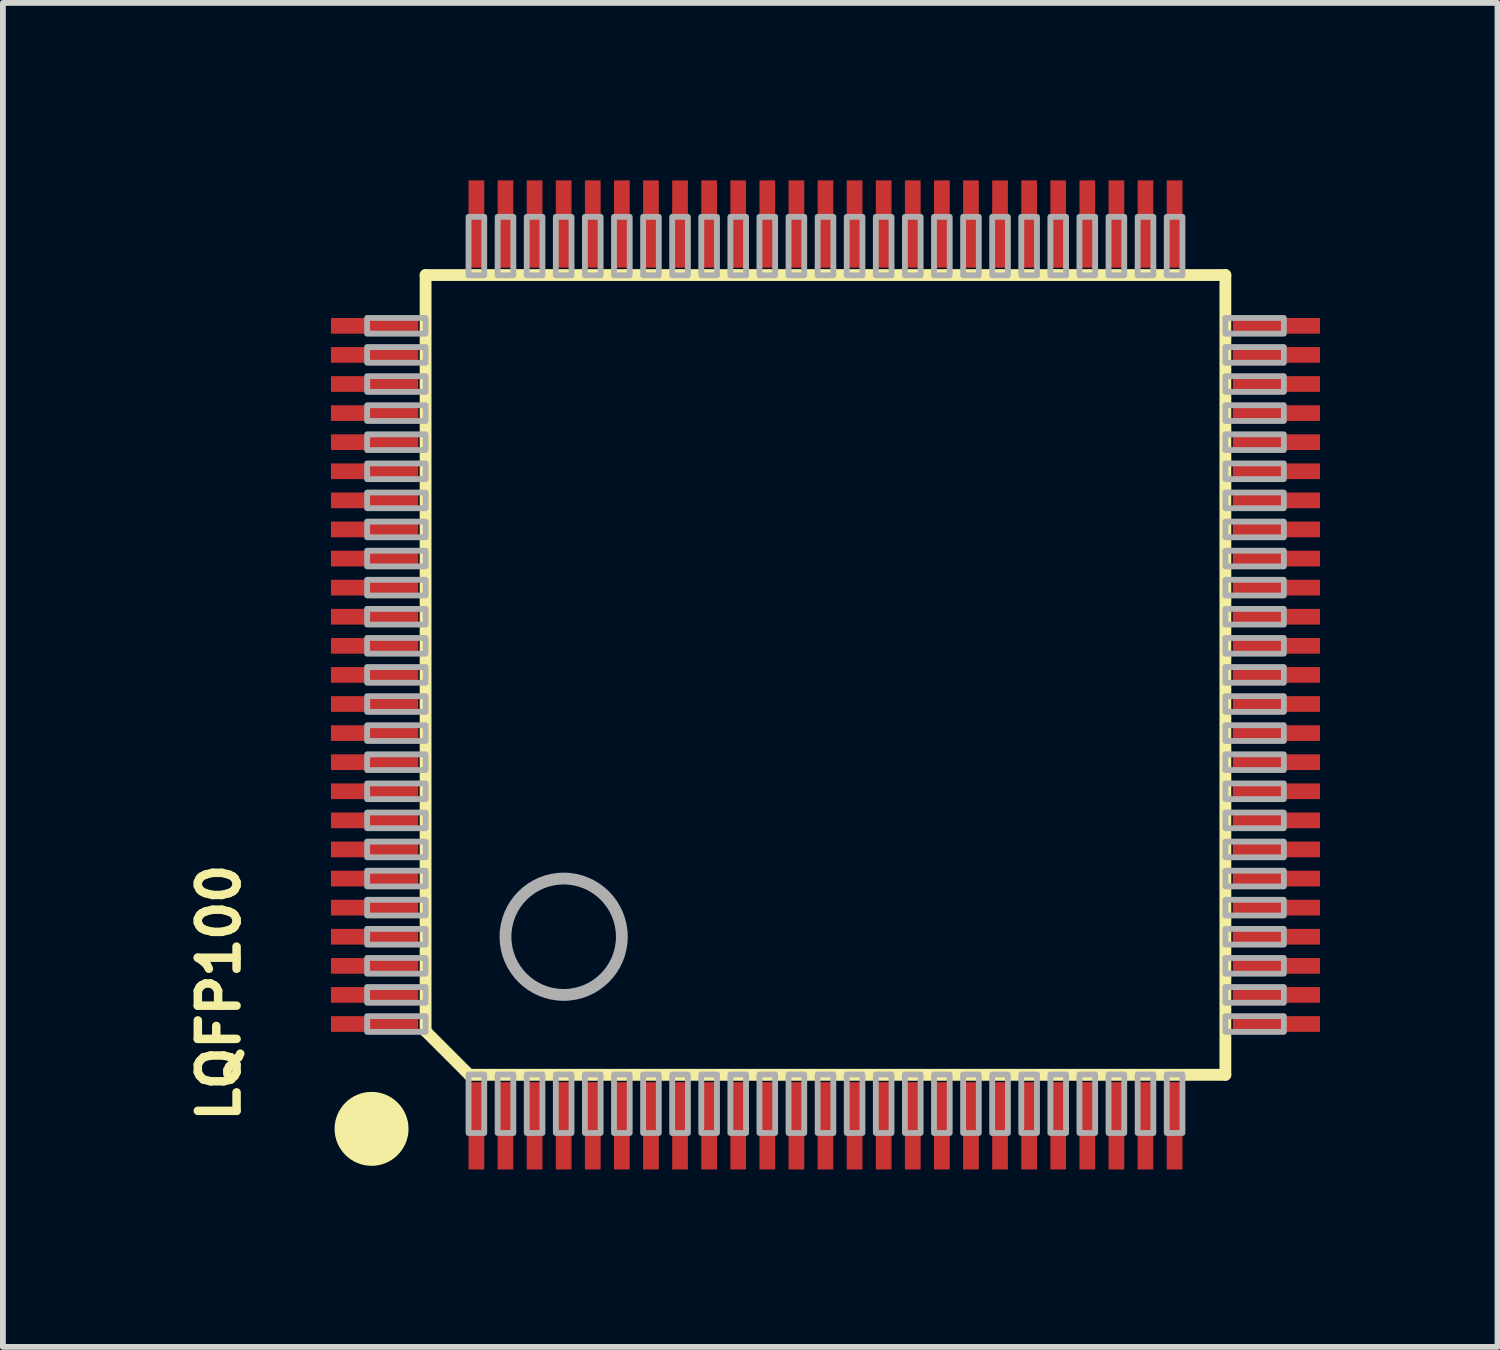
<source format=kicad_pcb>
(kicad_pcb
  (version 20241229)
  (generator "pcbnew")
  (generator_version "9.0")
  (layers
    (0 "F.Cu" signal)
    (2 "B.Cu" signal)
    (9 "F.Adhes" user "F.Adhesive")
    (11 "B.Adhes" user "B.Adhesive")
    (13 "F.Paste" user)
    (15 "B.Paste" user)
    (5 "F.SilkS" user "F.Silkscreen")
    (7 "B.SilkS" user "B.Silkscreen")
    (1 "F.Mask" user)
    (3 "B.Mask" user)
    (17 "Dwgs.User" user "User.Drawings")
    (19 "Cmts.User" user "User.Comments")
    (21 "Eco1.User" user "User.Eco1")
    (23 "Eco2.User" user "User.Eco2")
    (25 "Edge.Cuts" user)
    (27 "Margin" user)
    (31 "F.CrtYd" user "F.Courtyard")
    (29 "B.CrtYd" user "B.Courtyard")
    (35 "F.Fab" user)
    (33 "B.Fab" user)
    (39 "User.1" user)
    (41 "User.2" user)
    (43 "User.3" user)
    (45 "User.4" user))
  (footprint "LQFP100"
    (layer "F.Cu")
    (at 11.138 8.55)
    (property "Reference" "LQFP100" (at -10.033 7.747 90) (layer "F.SilkS") (effects (font (size 0.666 0.666) (thickness 0.146)) (justify left bottom)))
    (fp_poly (pts (xy -6.95 -5.85) (xy -6.95 -6.15) (xy -8.55 -6.15) (xy -8.55 -5.85)) (stroke (width 0) (type solid)) (fill yes) (layer "F.Mask"))
    (fp_poly (pts (xy -6.95 -5.35) (xy -6.95 -5.65) (xy -8.55 -5.65) (xy -8.55 -5.35)) (stroke (width 0) (type solid)) (fill yes) (layer "F.Mask"))
    (fp_poly (pts (xy -6.95 -4.85) (xy -6.95 -5.15) (xy -8.55 -5.15) (xy -8.55 -4.85)) (stroke (width 0) (type solid)) (fill yes) (layer "F.Mask"))
    (fp_poly (pts (xy -6.95 -4.35) (xy -6.95 -4.65) (xy -8.55 -4.65) (xy -8.55 -4.35)) (stroke (width 0) (type solid)) (fill yes) (layer "F.Mask"))
    (fp_poly (pts (xy -6.95 -3.85) (xy -6.95 -4.15) (xy -8.55 -4.15) (xy -8.55 -3.85)) (stroke (width 0) (type solid)) (fill yes) (layer "F.Mask"))
    (fp_poly (pts (xy -6.95 -3.35) (xy -6.95 -3.65) (xy -8.55 -3.65) (xy -8.55 -3.35)) (stroke (width 0) (type solid)) (fill yes) (layer "F.Mask"))
    (fp_poly (pts (xy -6.95 -2.85) (xy -6.95 -3.15) (xy -8.55 -3.15) (xy -8.55 -2.85)) (stroke (width 0) (type solid)) (fill yes) (layer "F.Mask"))
    (fp_poly (pts (xy -6.95 -2.35) (xy -6.95 -2.65) (xy -8.55 -2.65) (xy -8.55 -2.35)) (stroke (width 0) (type solid)) (fill yes) (layer "F.Mask"))
    (fp_poly (pts (xy -6.95 -1.85) (xy -6.95 -2.15) (xy -8.55 -2.15) (xy -8.55 -1.85)) (stroke (width 0) (type solid)) (fill yes) (layer "F.Mask"))
    (fp_poly (pts (xy -6.95 -1.35) (xy -6.95 -1.65) (xy -8.55 -1.65) (xy -8.55 -1.35)) (stroke (width 0) (type solid)) (fill yes) (layer "F.Mask"))
    (fp_poly (pts (xy -6.95 -0.85) (xy -6.95 -1.15) (xy -8.55 -1.15) (xy -8.55 -0.85)) (stroke (width 0) (type solid)) (fill yes) (layer "F.Mask"))
    (fp_poly (pts (xy -6.95 -0.35) (xy -6.95 -0.65) (xy -8.55 -0.65) (xy -8.55 -0.35)) (stroke (width 0) (type solid)) (fill yes) (layer "F.Mask"))
    (fp_poly (pts (xy -6.95 0.15) (xy -6.95 -0.15) (xy -8.55 -0.15) (xy -8.55 0.15)) (stroke (width 0) (type solid)) (fill yes) (layer "F.Mask"))
    (fp_poly (pts (xy -6.95 0.65) (xy -6.95 0.35) (xy -8.55 0.35) (xy -8.55 0.65)) (stroke (width 0) (type solid)) (fill yes) (layer "F.Mask"))
    (fp_poly (pts (xy -6.95 1.15) (xy -6.95 0.85) (xy -8.55 0.85) (xy -8.55 1.15)) (stroke (width 0) (type solid)) (fill yes) (layer "F.Mask"))
    (fp_poly (pts (xy -6.95 1.65) (xy -6.95 1.35) (xy -8.55 1.35) (xy -8.55 1.65)) (stroke (width 0) (type solid)) (fill yes) (layer "F.Mask"))
    (fp_poly (pts (xy -6.95 2.15) (xy -6.95 1.85) (xy -8.55 1.85) (xy -8.55 2.15)) (stroke (width 0) (type solid)) (fill yes) (layer "F.Mask"))
    (fp_poly (pts (xy -6.95 2.65) (xy -6.95 2.35) (xy -8.55 2.35) (xy -8.55 2.65)) (stroke (width 0) (type solid)) (fill yes) (layer "F.Mask"))
    (fp_poly (pts (xy -6.95 3.15) (xy -6.95 2.85) (xy -8.55 2.85) (xy -8.55 3.15)) (stroke (width 0) (type solid)) (fill yes) (layer "F.Mask"))
    (fp_poly (pts (xy -6.95 3.65) (xy -6.95 3.35) (xy -8.55 3.35) (xy -8.55 3.65)) (stroke (width 0) (type solid)) (fill yes) (layer "F.Mask"))
    (fp_poly (pts (xy -6.95 4.15) (xy -6.95 3.85) (xy -8.55 3.85) (xy -8.55 4.15)) (stroke (width 0) (type solid)) (fill yes) (layer "F.Mask"))
    (fp_poly (pts (xy -6.95 4.65) (xy -6.95 4.35) (xy -8.55 4.35) (xy -8.55 4.65)) (stroke (width 0) (type solid)) (fill yes) (layer "F.Mask"))
    (fp_poly (pts (xy -6.95 5.15) (xy -6.95 4.85) (xy -8.55 4.85) (xy -8.55 5.15)) (stroke (width 0) (type solid)) (fill yes) (layer "F.Mask"))
    (fp_poly (pts (xy -6.95 5.65) (xy -6.95 5.35) (xy -8.55 5.35) (xy -8.55 5.65)) (stroke (width 0) (type solid)) (fill yes) (layer "F.Mask"))
    (fp_poly (pts (xy -6.95 6.15) (xy -6.95 5.85) (xy -8.55 5.85) (xy -8.55 6.15)) (stroke (width 0) (type solid)) (fill yes) (layer "F.Mask"))
    (fp_poly (pts (xy -6.15 -6.95) (xy -5.85 -6.95) (xy -5.85 -8.55) (xy -6.15 -8.55)) (stroke (width 0) (type solid)) (fill yes) (layer "F.Mask"))
    (fp_poly (pts (xy -5.85 6.95) (xy -6.15 6.95) (xy -6.15 8.55) (xy -5.85 8.55)) (stroke (width 0) (type solid)) (fill yes) (layer "F.Mask"))
    (fp_poly (pts (xy -5.65 -6.95) (xy -5.35 -6.95) (xy -5.35 -8.55) (xy -5.65 -8.55)) (stroke (width 0) (type solid)) (fill yes) (layer "F.Mask"))
    (fp_poly (pts (xy -5.35 6.95) (xy -5.65 6.95) (xy -5.65 8.55) (xy -5.35 8.55)) (stroke (width 0) (type solid)) (fill yes) (layer "F.Mask"))
    (fp_poly (pts (xy -5.15 -6.95) (xy -4.85 -6.95) (xy -4.85 -8.55) (xy -5.15 -8.55)) (stroke (width 0) (type solid)) (fill yes) (layer "F.Mask"))
    (fp_poly (pts (xy -4.85 6.95) (xy -5.15 6.95) (xy -5.15 8.55) (xy -4.85 8.55)) (stroke (width 0) (type solid)) (fill yes) (layer "F.Mask"))
    (fp_poly (pts (xy -4.65 -6.95) (xy -4.35 -6.95) (xy -4.35 -8.55) (xy -4.65 -8.55)) (stroke (width 0) (type solid)) (fill yes) (layer "F.Mask"))
    (fp_poly (pts (xy -4.35 6.95) (xy -4.65 6.95) (xy -4.65 8.55) (xy -4.35 8.55)) (stroke (width 0) (type solid)) (fill yes) (layer "F.Mask"))
    (fp_poly (pts (xy -4.15 -6.95) (xy -3.85 -6.95) (xy -3.85 -8.55) (xy -4.15 -8.55)) (stroke (width 0) (type solid)) (fill yes) (layer "F.Mask"))
    (fp_poly (pts (xy -3.85 6.95) (xy -4.15 6.95) (xy -4.15 8.55) (xy -3.85 8.55)) (stroke (width 0) (type solid)) (fill yes) (layer "F.Mask"))
    (fp_poly (pts (xy -3.65 -6.95) (xy -3.35 -6.95) (xy -3.35 -8.55) (xy -3.65 -8.55)) (stroke (width 0) (type solid)) (fill yes) (layer "F.Mask"))
    (fp_poly (pts (xy -3.35 6.95) (xy -3.65 6.95) (xy -3.65 8.55) (xy -3.35 8.55)) (stroke (width 0) (type solid)) (fill yes) (layer "F.Mask"))
    (fp_poly (pts (xy -3.15 -6.95) (xy -2.85 -6.95) (xy -2.85 -8.55) (xy -3.15 -8.55)) (stroke (width 0) (type solid)) (fill yes) (layer "F.Mask"))
    (fp_poly (pts (xy -2.85 6.95) (xy -3.15 6.95) (xy -3.15 8.55) (xy -2.85 8.55)) (stroke (width 0) (type solid)) (fill yes) (layer "F.Mask"))
    (fp_poly (pts (xy -2.65 -6.95) (xy -2.35 -6.95) (xy -2.35 -8.55) (xy -2.65 -8.55)) (stroke (width 0) (type solid)) (fill yes) (layer "F.Mask"))
    (fp_poly (pts (xy -2.35 6.95) (xy -2.65 6.95) (xy -2.65 8.55) (xy -2.35 8.55)) (stroke (width 0) (type solid)) (fill yes) (layer "F.Mask"))
    (fp_poly (pts (xy -2.15 -6.95) (xy -1.85 -6.95) (xy -1.85 -8.55) (xy -2.15 -8.55)) (stroke (width 0) (type solid)) (fill yes) (layer "F.Mask"))
    (fp_poly (pts (xy -1.85 6.95) (xy -2.15 6.95) (xy -2.15 8.55) (xy -1.85 8.55)) (stroke (width 0) (type solid)) (fill yes) (layer "F.Mask"))
    (fp_poly (pts (xy -1.65 -6.95) (xy -1.35 -6.95) (xy -1.35 -8.55) (xy -1.65 -8.55)) (stroke (width 0) (type solid)) (fill yes) (layer "F.Mask"))
    (fp_poly (pts (xy -1.35 6.95) (xy -1.65 6.95) (xy -1.65 8.55) (xy -1.35 8.55)) (stroke (width 0) (type solid)) (fill yes) (layer "F.Mask"))
    (fp_poly (pts (xy -1.15 -6.95) (xy -0.85 -6.95) (xy -0.85 -8.55) (xy -1.15 -8.55)) (stroke (width 0) (type solid)) (fill yes) (layer "F.Mask"))
    (fp_poly (pts (xy -0.85 6.95) (xy -1.15 6.95) (xy -1.15 8.55) (xy -0.85 8.55)) (stroke (width 0) (type solid)) (fill yes) (layer "F.Mask"))
    (fp_poly (pts (xy -0.65 -6.95) (xy -0.35 -6.95) (xy -0.35 -8.55) (xy -0.65 -8.55)) (stroke (width 0) (type solid)) (fill yes) (layer "F.Mask"))
    (fp_poly (pts (xy -0.35 6.95) (xy -0.65 6.95) (xy -0.65 8.55) (xy -0.35 8.55)) (stroke (width 0) (type solid)) (fill yes) (layer "F.Mask"))
    (fp_poly (pts (xy -0.15 -6.95) (xy 0.15 -6.95) (xy 0.15 -8.55) (xy -0.15 -8.55)) (stroke (width 0) (type solid)) (fill yes) (layer "F.Mask"))
    (fp_poly (pts (xy 0.15 6.95) (xy -0.15 6.95) (xy -0.15 8.55) (xy 0.15 8.55)) (stroke (width 0) (type solid)) (fill yes) (layer "F.Mask"))
    (fp_poly (pts (xy 0.35 -6.95) (xy 0.65 -6.95) (xy 0.65 -8.55) (xy 0.35 -8.55)) (stroke (width 0) (type solid)) (fill yes) (layer "F.Mask"))
    (fp_poly (pts (xy 0.65 6.95) (xy 0.35 6.95) (xy 0.35 8.55) (xy 0.65 8.55)) (stroke (width 0) (type solid)) (fill yes) (layer "F.Mask"))
    (fp_poly (pts (xy 0.85 -6.95) (xy 1.15 -6.95) (xy 1.15 -8.55) (xy 0.85 -8.55)) (stroke (width 0) (type solid)) (fill yes) (layer "F.Mask"))
    (fp_poly (pts (xy 1.15 6.95) (xy 0.85 6.95) (xy 0.85 8.55) (xy 1.15 8.55)) (stroke (width 0) (type solid)) (fill yes) (layer "F.Mask"))
    (fp_poly (pts (xy 1.35 -6.95) (xy 1.65 -6.95) (xy 1.65 -8.55) (xy 1.35 -8.55)) (stroke (width 0) (type solid)) (fill yes) (layer "F.Mask"))
    (fp_poly (pts (xy 1.65 6.95) (xy 1.35 6.95) (xy 1.35 8.55) (xy 1.65 8.55)) (stroke (width 0) (type solid)) (fill yes) (layer "F.Mask"))
    (fp_poly (pts (xy 1.85 -6.95) (xy 2.15 -6.95) (xy 2.15 -8.55) (xy 1.85 -8.55)) (stroke (width 0) (type solid)) (fill yes) (layer "F.Mask"))
    (fp_poly (pts (xy 2.15 6.95) (xy 1.85 6.95) (xy 1.85 8.55) (xy 2.15 8.55)) (stroke (width 0) (type solid)) (fill yes) (layer "F.Mask"))
    (fp_poly (pts (xy 2.35 -6.95) (xy 2.65 -6.95) (xy 2.65 -8.55) (xy 2.35 -8.55)) (stroke (width 0) (type solid)) (fill yes) (layer "F.Mask"))
    (fp_poly (pts (xy 2.65 6.95) (xy 2.35 6.95) (xy 2.35 8.55) (xy 2.65 8.55)) (stroke (width 0) (type solid)) (fill yes) (layer "F.Mask"))
    (fp_poly (pts (xy 2.85 -6.95) (xy 3.15 -6.95) (xy 3.15 -8.55) (xy 2.85 -8.55)) (stroke (width 0) (type solid)) (fill yes) (layer "F.Mask"))
    (fp_poly (pts (xy 3.15 6.95) (xy 2.85 6.95) (xy 2.85 8.55) (xy 3.15 8.55)) (stroke (width 0) (type solid)) (fill yes) (layer "F.Mask"))
    (fp_poly (pts (xy 3.35 -6.95) (xy 3.65 -6.95) (xy 3.65 -8.55) (xy 3.35 -8.55)) (stroke (width 0) (type solid)) (fill yes) (layer "F.Mask"))
    (fp_poly (pts (xy 3.65 6.95) (xy 3.35 6.95) (xy 3.35 8.55) (xy 3.65 8.55)) (stroke (width 0) (type solid)) (fill yes) (layer "F.Mask"))
    (fp_poly (pts (xy 3.85 -6.95) (xy 4.15 -6.95) (xy 4.15 -8.55) (xy 3.85 -8.55)) (stroke (width 0) (type solid)) (fill yes) (layer "F.Mask"))
    (fp_poly (pts (xy 4.15 6.95) (xy 3.85 6.95) (xy 3.85 8.55) (xy 4.15 8.55)) (stroke (width 0) (type solid)) (fill yes) (layer "F.Mask"))
    (fp_poly (pts (xy 4.35 -6.95) (xy 4.65 -6.95) (xy 4.65 -8.55) (xy 4.35 -8.55)) (stroke (width 0) (type solid)) (fill yes) (layer "F.Mask"))
    (fp_poly (pts (xy 4.65 6.95) (xy 4.35 6.95) (xy 4.35 8.55) (xy 4.65 8.55)) (stroke (width 0) (type solid)) (fill yes) (layer "F.Mask"))
    (fp_poly (pts (xy 4.85 -6.95) (xy 5.15 -6.95) (xy 5.15 -8.55) (xy 4.85 -8.55)) (stroke (width 0) (type solid)) (fill yes) (layer "F.Mask"))
    (fp_poly (pts (xy 5.15 6.95) (xy 4.85 6.95) (xy 4.85 8.55) (xy 5.15 8.55)) (stroke (width 0) (type solid)) (fill yes) (layer "F.Mask"))
    (fp_poly (pts (xy 5.35 -6.95) (xy 5.65 -6.95) (xy 5.65 -8.55) (xy 5.35 -8.55)) (stroke (width 0) (type solid)) (fill yes) (layer "F.Mask"))
    (fp_poly (pts (xy 5.65 6.95) (xy 5.35 6.95) (xy 5.35 8.55) (xy 5.65 8.55)) (stroke (width 0) (type solid)) (fill yes) (layer "F.Mask"))
    (fp_poly (pts (xy 6.15 -8.55) (xy 5.85 -8.55) (xy 5.85 -6.95) (xy 6.15 -6.95)) (stroke (width 0) (type solid)) (fill yes) (layer "F.Mask"))
    (fp_poly (pts (xy 6.15 6.95) (xy 5.85 6.95) (xy 5.85 8.55) (xy 6.15 8.55)) (stroke (width 0) (type solid)) (fill yes) (layer "F.Mask"))
    (fp_poly (pts (xy 6.95 -6.15) (xy 6.95 -5.85) (xy 8.55 -5.85) (xy 8.55 -6.15)) (stroke (width 0) (type solid)) (fill yes) (layer "F.Mask"))
    (fp_poly (pts (xy 6.95 -5.65) (xy 6.95 -5.35) (xy 8.55 -5.35) (xy 8.55 -5.65)) (stroke (width 0) (type solid)) (fill yes) (layer "F.Mask"))
    (fp_poly (pts (xy 6.95 -5.15) (xy 6.95 -4.85) (xy 8.55 -4.85) (xy 8.55 -5.15)) (stroke (width 0) (type solid)) (fill yes) (layer "F.Mask"))
    (fp_poly (pts (xy 6.95 -4.65) (xy 6.95 -4.35) (xy 8.55 -4.35) (xy 8.55 -4.65)) (stroke (width 0) (type solid)) (fill yes) (layer "F.Mask"))
    (fp_poly (pts (xy 6.95 -4.15) (xy 6.95 -3.85) (xy 8.55 -3.85) (xy 8.55 -4.15)) (stroke (width 0) (type solid)) (fill yes) (layer "F.Mask"))
    (fp_poly (pts (xy 6.95 -3.65) (xy 6.95 -3.35) (xy 8.55 -3.35) (xy 8.55 -3.65)) (stroke (width 0) (type solid)) (fill yes) (layer "F.Mask"))
    (fp_poly (pts (xy 6.95 -3.15) (xy 6.95 -2.85) (xy 8.55 -2.85) (xy 8.55 -3.15)) (stroke (width 0) (type solid)) (fill yes) (layer "F.Mask"))
    (fp_poly (pts (xy 6.95 -2.65) (xy 6.95 -2.35) (xy 8.55 -2.35) (xy 8.55 -2.65)) (stroke (width 0) (type solid)) (fill yes) (layer "F.Mask"))
    (fp_poly (pts (xy 6.95 -2.15) (xy 6.95 -1.85) (xy 8.55 -1.85) (xy 8.55 -2.15)) (stroke (width 0) (type solid)) (fill yes) (layer "F.Mask"))
    (fp_poly (pts (xy 6.95 -1.65) (xy 6.95 -1.35) (xy 8.55 -1.35) (xy 8.55 -1.65)) (stroke (width 0) (type solid)) (fill yes) (layer "F.Mask"))
    (fp_poly (pts (xy 6.95 -1.15) (xy 6.95 -0.85) (xy 8.55 -0.85) (xy 8.55 -1.15)) (stroke (width 0) (type solid)) (fill yes) (layer "F.Mask"))
    (fp_poly (pts (xy 6.95 -0.65) (xy 6.95 -0.35) (xy 8.55 -0.35) (xy 8.55 -0.65)) (stroke (width 0) (type solid)) (fill yes) (layer "F.Mask"))
    (fp_poly (pts (xy 6.95 -0.15) (xy 6.95 0.15) (xy 8.55 0.15) (xy 8.55 -0.15)) (stroke (width 0) (type solid)) (fill yes) (layer "F.Mask"))
    (fp_poly (pts (xy 6.95 0.35) (xy 6.95 0.65) (xy 8.55 0.65) (xy 8.55 0.35)) (stroke (width 0) (type solid)) (fill yes) (layer "F.Mask"))
    (fp_poly (pts (xy 6.95 0.85) (xy 6.95 1.15) (xy 8.55 1.15) (xy 8.55 0.85)) (stroke (width 0) (type solid)) (fill yes) (layer "F.Mask"))
    (fp_poly (pts (xy 6.95 1.35) (xy 6.95 1.65) (xy 8.55 1.65) (xy 8.55 1.35)) (stroke (width 0) (type solid)) (fill yes) (layer "F.Mask"))
    (fp_poly (pts (xy 6.95 1.85) (xy 6.95 2.15) (xy 8.55 2.15) (xy 8.55 1.85)) (stroke (width 0) (type solid)) (fill yes) (layer "F.Mask"))
    (fp_poly (pts (xy 6.95 2.35) (xy 6.95 2.65) (xy 8.55 2.65) (xy 8.55 2.35)) (stroke (width 0) (type solid)) (fill yes) (layer "F.Mask"))
    (fp_poly (pts (xy 6.95 2.85) (xy 6.95 3.15) (xy 8.55 3.15) (xy 8.55 2.85)) (stroke (width 0) (type solid)) (fill yes) (layer "F.Mask"))
    (fp_poly (pts (xy 6.95 3.35) (xy 6.95 3.65) (xy 8.55 3.65) (xy 8.55 3.35)) (stroke (width 0) (type solid)) (fill yes) (layer "F.Mask"))
    (fp_poly (pts (xy 6.95 3.85) (xy 6.95 4.15) (xy 8.55 4.15) (xy 8.55 3.85)) (stroke (width 0) (type solid)) (fill yes) (layer "F.Mask"))
    (fp_poly (pts (xy 6.95 4.35) (xy 6.95 4.65) (xy 8.55 4.65) (xy 8.55 4.35)) (stroke (width 0) (type solid)) (fill yes) (layer "F.Mask"))
    (fp_poly (pts (xy 6.95 4.85) (xy 6.95 5.15) (xy 8.55 5.15) (xy 8.55 4.85)) (stroke (width 0) (type solid)) (fill yes) (layer "F.Mask"))
    (fp_poly (pts (xy 6.95 5.35) (xy 6.95 5.65) (xy 8.55 5.65) (xy 8.55 5.35)) (stroke (width 0) (type solid)) (fill yes) (layer "F.Mask"))
    (fp_poly (pts (xy 6.95 5.85) (xy 6.95 6.15) (xy 8.55 6.15) (xy 8.55 5.85)) (stroke (width 0) (type solid)) (fill yes) (layer "F.Mask"))
    (fp_line (start -6.873 -6.873) (end 6.873 -6.873) (stroke (width 0.203) (type solid)) (layer "F.SilkS"))
    (fp_line (start -6.873 6.123) (end -6.873 -6.873) (stroke (width 0.203) (type solid)) (layer "F.SilkS"))
    (fp_line (start -6.123 6.873) (end -6.873 6.123) (stroke (width 0.203) (type solid)) (layer "F.SilkS"))
    (fp_line (start 6.873 -6.873) (end 6.873 6.873) (stroke (width 0.203) (type solid)) (layer "F.SilkS"))
    (fp_line (start 6.873 6.873) (end -6.123 6.873) (stroke (width 0.203) (type solid)) (layer "F.SilkS"))
    (fp_circle (center -7.802 7.802) (end -7.484 7.802) (stroke (width 0.635) (type solid)) (fill no) (layer "F.SilkS"))
    (fp_circle (center -4.5 4.5) (end -3.5 4.5) (stroke (width 0.203) (type solid)) (fill no) (layer "F.Fab"))
    (fp_poly (pts (xy -7.878 -5.865) (xy -6.873 -5.865) (xy -6.873 -6.135) (xy -7.878 -6.135)) (stroke (width 0.1) (type solid)) (fill no) (layer "F.Fab"))
    (fp_poly (pts (xy -7.878 -5.365) (xy -6.873 -5.365) (xy -6.873 -5.635) (xy -7.878 -5.635)) (stroke (width 0.1) (type solid)) (fill no) (layer "F.Fab"))
    (fp_poly (pts (xy -7.878 -4.865) (xy -6.873 -4.865) (xy -6.873 -5.135) (xy -7.878 -5.135)) (stroke (width 0.1) (type solid)) (fill no) (layer "F.Fab"))
    (fp_poly (pts (xy -7.878 -4.365) (xy -6.873 -4.365) (xy -6.873 -4.635) (xy -7.878 -4.635)) (stroke (width 0.1) (type solid)) (fill no) (layer "F.Fab"))
    (fp_poly (pts (xy -7.878 -3.865) (xy -6.873 -3.865) (xy -6.873 -4.135) (xy -7.878 -4.135)) (stroke (width 0.1) (type solid)) (fill no) (layer "F.Fab"))
    (fp_poly (pts (xy -7.878 -3.365) (xy -6.873 -3.365) (xy -6.873 -3.635) (xy -7.878 -3.635)) (stroke (width 0.1) (type solid)) (fill no) (layer "F.Fab"))
    (fp_poly (pts (xy -7.878 -2.865) (xy -6.873 -2.865) (xy -6.873 -3.135) (xy -7.878 -3.135)) (stroke (width 0.1) (type solid)) (fill no) (layer "F.Fab"))
    (fp_poly (pts (xy -7.878 -2.365) (xy -6.873 -2.365) (xy -6.873 -2.635) (xy -7.878 -2.635)) (stroke (width 0.1) (type solid)) (fill no) (layer "F.Fab"))
    (fp_poly (pts (xy -7.878 -1.865) (xy -6.873 -1.865) (xy -6.873 -2.135) (xy -7.878 -2.135)) (stroke (width 0.1) (type solid)) (fill no) (layer "F.Fab"))
    (fp_poly (pts (xy -7.878 -1.365) (xy -6.873 -1.365) (xy -6.873 -1.635) (xy -7.878 -1.635)) (stroke (width 0.1) (type solid)) (fill no) (layer "F.Fab"))
    (fp_poly (pts (xy -7.878 -0.865) (xy -6.873 -0.865) (xy -6.873 -1.135) (xy -7.878 -1.135)) (stroke (width 0.1) (type solid)) (fill no) (layer "F.Fab"))
    (fp_poly (pts (xy -7.878 -0.365) (xy -6.873 -0.365) (xy -6.873 -0.635) (xy -7.878 -0.635)) (stroke (width 0.1) (type solid)) (fill no) (layer "F.Fab"))
    (fp_poly (pts (xy -7.878 0.135) (xy -6.873 0.135) (xy -6.873 -0.135) (xy -7.878 -0.135)) (stroke (width 0.1) (type solid)) (fill no) (layer "F.Fab"))
    (fp_poly (pts (xy -7.878 0.635) (xy -6.873 0.635) (xy -6.873 0.365) (xy -7.878 0.365)) (stroke (width 0.1) (type solid)) (fill no) (layer "F.Fab"))
    (fp_poly (pts (xy -7.878 1.135) (xy -6.873 1.135) (xy -6.873 0.865) (xy -7.878 0.865)) (stroke (width 0.1) (type solid)) (fill no) (layer "F.Fab"))
    (fp_poly (pts (xy -7.878 1.635) (xy -6.873 1.635) (xy -6.873 1.365) (xy -7.878 1.365)) (stroke (width 0.1) (type solid)) (fill no) (layer "F.Fab"))
    (fp_poly (pts (xy -7.878 2.135) (xy -6.873 2.135) (xy -6.873 1.865) (xy -7.878 1.865)) (stroke (width 0.1) (type solid)) (fill no) (layer "F.Fab"))
    (fp_poly (pts (xy -7.878 2.635) (xy -6.873 2.635) (xy -6.873 2.365) (xy -7.878 2.365)) (stroke (width 0.1) (type solid)) (fill no) (layer "F.Fab"))
    (fp_poly (pts (xy -7.878 3.135) (xy -6.873 3.135) (xy -6.873 2.865) (xy -7.878 2.865)) (stroke (width 0.1) (type solid)) (fill no) (layer "F.Fab"))
    (fp_poly (pts (xy -7.878 3.635) (xy -6.873 3.635) (xy -6.873 3.365) (xy -7.878 3.365)) (stroke (width 0.1) (type solid)) (fill no) (layer "F.Fab"))
    (fp_poly (pts (xy -7.878 4.135) (xy -6.873 4.135) (xy -6.873 3.865) (xy -7.878 3.865)) (stroke (width 0.1) (type solid)) (fill no) (layer "F.Fab"))
    (fp_poly (pts (xy -7.878 4.635) (xy -6.873 4.635) (xy -6.873 4.365) (xy -7.878 4.365)) (stroke (width 0.1) (type solid)) (fill no) (layer "F.Fab"))
    (fp_poly (pts (xy -7.878 5.135) (xy -6.873 5.135) (xy -6.873 4.865) (xy -7.878 4.865)) (stroke (width 0.1) (type solid)) (fill no) (layer "F.Fab"))
    (fp_poly (pts (xy -7.878 5.635) (xy -6.873 5.635) (xy -6.873 5.365) (xy -7.878 5.365)) (stroke (width 0.1) (type solid)) (fill no) (layer "F.Fab"))
    (fp_poly (pts (xy -7.878 6.135) (xy -6.873 6.135) (xy -6.873 5.865) (xy -7.878 5.865)) (stroke (width 0.1) (type solid)) (fill no) (layer "F.Fab"))
    (fp_poly (pts (xy -6.135 -6.868) (xy -5.865 -6.868) (xy -5.865 -7.873) (xy -6.135 -7.873)) (stroke (width 0.1) (type solid)) (fill no) (layer "F.Fab"))
    (fp_poly (pts (xy -6.135 7.873) (xy -5.865 7.873) (xy -5.865 6.868) (xy -6.135 6.868)) (stroke (width 0.1) (type solid)) (fill no) (layer "F.Fab"))
    (fp_poly (pts (xy -5.635 -6.868) (xy -5.365 -6.868) (xy -5.365 -7.873) (xy -5.635 -7.873)) (stroke (width 0.1) (type solid)) (fill no) (layer "F.Fab"))
    (fp_poly (pts (xy -5.635 7.873) (xy -5.365 7.873) (xy -5.365 6.868) (xy -5.635 6.868)) (stroke (width 0.1) (type solid)) (fill no) (layer "F.Fab"))
    (fp_poly (pts (xy -5.135 -6.868) (xy -4.865 -6.868) (xy -4.865 -7.873) (xy -5.135 -7.873)) (stroke (width 0.1) (type solid)) (fill no) (layer "F.Fab"))
    (fp_poly (pts (xy -5.135 7.873) (xy -4.865 7.873) (xy -4.865 6.868) (xy -5.135 6.868)) (stroke (width 0.1) (type solid)) (fill no) (layer "F.Fab"))
    (fp_poly (pts (xy -4.635 -6.868) (xy -4.365 -6.868) (xy -4.365 -7.873) (xy -4.635 -7.873)) (stroke (width 0.1) (type solid)) (fill no) (layer "F.Fab"))
    (fp_poly (pts (xy -4.635 7.873) (xy -4.365 7.873) (xy -4.365 6.868) (xy -4.635 6.868)) (stroke (width 0.1) (type solid)) (fill no) (layer "F.Fab"))
    (fp_poly (pts (xy -4.135 -6.868) (xy -3.865 -6.868) (xy -3.865 -7.873) (xy -4.135 -7.873)) (stroke (width 0.1) (type solid)) (fill no) (layer "F.Fab"))
    (fp_poly (pts (xy -4.135 7.873) (xy -3.865 7.873) (xy -3.865 6.868) (xy -4.135 6.868)) (stroke (width 0.1) (type solid)) (fill no) (layer "F.Fab"))
    (fp_poly (pts (xy -3.635 -6.868) (xy -3.365 -6.868) (xy -3.365 -7.873) (xy -3.635 -7.873)) (stroke (width 0.1) (type solid)) (fill no) (layer "F.Fab"))
    (fp_poly (pts (xy -3.635 7.873) (xy -3.365 7.873) (xy -3.365 6.868) (xy -3.635 6.868)) (stroke (width 0.1) (type solid)) (fill no) (layer "F.Fab"))
    (fp_poly (pts (xy -3.135 -6.868) (xy -2.865 -6.868) (xy -2.865 -7.873) (xy -3.135 -7.873)) (stroke (width 0.1) (type solid)) (fill no) (layer "F.Fab"))
    (fp_poly (pts (xy -3.135 7.873) (xy -2.865 7.873) (xy -2.865 6.868) (xy -3.135 6.868)) (stroke (width 0.1) (type solid)) (fill no) (layer "F.Fab"))
    (fp_poly (pts (xy -2.635 -6.868) (xy -2.365 -6.868) (xy -2.365 -7.873) (xy -2.635 -7.873)) (stroke (width 0.1) (type solid)) (fill no) (layer "F.Fab"))
    (fp_poly (pts (xy -2.635 7.873) (xy -2.365 7.873) (xy -2.365 6.868) (xy -2.635 6.868)) (stroke (width 0.1) (type solid)) (fill no) (layer "F.Fab"))
    (fp_poly (pts (xy -2.135 -6.868) (xy -1.865 -6.868) (xy -1.865 -7.873) (xy -2.135 -7.873)) (stroke (width 0.1) (type solid)) (fill no) (layer "F.Fab"))
    (fp_poly (pts (xy -2.135 7.873) (xy -1.865 7.873) (xy -1.865 6.868) (xy -2.135 6.868)) (stroke (width 0.1) (type solid)) (fill no) (layer "F.Fab"))
    (fp_poly (pts (xy -1.635 -6.868) (xy -1.365 -6.868) (xy -1.365 -7.873) (xy -1.635 -7.873)) (stroke (width 0.1) (type solid)) (fill no) (layer "F.Fab"))
    (fp_poly (pts (xy -1.635 7.873) (xy -1.365 7.873) (xy -1.365 6.868) (xy -1.635 6.868)) (stroke (width 0.1) (type solid)) (fill no) (layer "F.Fab"))
    (fp_poly (pts (xy -1.135 -6.868) (xy -0.865 -6.868) (xy -0.865 -7.873) (xy -1.135 -7.873)) (stroke (width 0.1) (type solid)) (fill no) (layer "F.Fab"))
    (fp_poly (pts (xy -1.135 7.873) (xy -0.865 7.873) (xy -0.865 6.868) (xy -1.135 6.868)) (stroke (width 0.1) (type solid)) (fill no) (layer "F.Fab"))
    (fp_poly (pts (xy -0.635 -6.868) (xy -0.365 -6.868) (xy -0.365 -7.873) (xy -0.635 -7.873)) (stroke (width 0.1) (type solid)) (fill no) (layer "F.Fab"))
    (fp_poly (pts (xy -0.635 7.873) (xy -0.365 7.873) (xy -0.365 6.868) (xy -0.635 6.868)) (stroke (width 0.1) (type solid)) (fill no) (layer "F.Fab"))
    (fp_poly (pts (xy -0.135 -6.868) (xy 0.135 -6.868) (xy 0.135 -7.873) (xy -0.135 -7.873)) (stroke (width 0.1) (type solid)) (fill no) (layer "F.Fab"))
    (fp_poly (pts (xy -0.135 7.873) (xy 0.135 7.873) (xy 0.135 6.868) (xy -0.135 6.868)) (stroke (width 0.1) (type solid)) (fill no) (layer "F.Fab"))
    (fp_poly (pts (xy 0.365 -6.868) (xy 0.635 -6.868) (xy 0.635 -7.873) (xy 0.365 -7.873)) (stroke (width 0.1) (type solid)) (fill no) (layer "F.Fab"))
    (fp_poly (pts (xy 0.365 7.873) (xy 0.635 7.873) (xy 0.635 6.868) (xy 0.365 6.868)) (stroke (width 0.1) (type solid)) (fill no) (layer "F.Fab"))
    (fp_poly (pts (xy 0.865 -6.868) (xy 1.135 -6.868) (xy 1.135 -7.873) (xy 0.865 -7.873)) (stroke (width 0.1) (type solid)) (fill no) (layer "F.Fab"))
    (fp_poly (pts (xy 0.865 7.873) (xy 1.135 7.873) (xy 1.135 6.868) (xy 0.865 6.868)) (stroke (width 0.1) (type solid)) (fill no) (layer "F.Fab"))
    (fp_poly (pts (xy 1.365 -6.868) (xy 1.635 -6.868) (xy 1.635 -7.873) (xy 1.365 -7.873)) (stroke (width 0.1) (type solid)) (fill no) (layer "F.Fab"))
    (fp_poly (pts (xy 1.365 7.873) (xy 1.635 7.873) (xy 1.635 6.868) (xy 1.365 6.868)) (stroke (width 0.1) (type solid)) (fill no) (layer "F.Fab"))
    (fp_poly (pts (xy 1.865 -6.868) (xy 2.135 -6.868) (xy 2.135 -7.873) (xy 1.865 -7.873)) (stroke (width 0.1) (type solid)) (fill no) (layer "F.Fab"))
    (fp_poly (pts (xy 1.865 7.873) (xy 2.135 7.873) (xy 2.135 6.868) (xy 1.865 6.868)) (stroke (width 0.1) (type solid)) (fill no) (layer "F.Fab"))
    (fp_poly (pts (xy 2.365 -6.868) (xy 2.635 -6.868) (xy 2.635 -7.873) (xy 2.365 -7.873)) (stroke (width 0.1) (type solid)) (fill no) (layer "F.Fab"))
    (fp_poly (pts (xy 2.365 7.873) (xy 2.635 7.873) (xy 2.635 6.868) (xy 2.365 6.868)) (stroke (width 0.1) (type solid)) (fill no) (layer "F.Fab"))
    (fp_poly (pts (xy 2.865 -6.868) (xy 3.135 -6.868) (xy 3.135 -7.873) (xy 2.865 -7.873)) (stroke (width 0.1) (type solid)) (fill no) (layer "F.Fab"))
    (fp_poly (pts (xy 2.865 7.873) (xy 3.135 7.873) (xy 3.135 6.868) (xy 2.865 6.868)) (stroke (width 0.1) (type solid)) (fill no) (layer "F.Fab"))
    (fp_poly (pts (xy 3.365 -6.868) (xy 3.635 -6.868) (xy 3.635 -7.873) (xy 3.365 -7.873)) (stroke (width 0.1) (type solid)) (fill no) (layer "F.Fab"))
    (fp_poly (pts (xy 3.365 7.873) (xy 3.635 7.873) (xy 3.635 6.868) (xy 3.365 6.868)) (stroke (width 0.1) (type solid)) (fill no) (layer "F.Fab"))
    (fp_poly (pts (xy 3.865 -6.868) (xy 4.135 -6.868) (xy 4.135 -7.873) (xy 3.865 -7.873)) (stroke (width 0.1) (type solid)) (fill no) (layer "F.Fab"))
    (fp_poly (pts (xy 3.865 7.873) (xy 4.135 7.873) (xy 4.135 6.868) (xy 3.865 6.868)) (stroke (width 0.1) (type solid)) (fill no) (layer "F.Fab"))
    (fp_poly (pts (xy 4.365 -6.868) (xy 4.635 -6.868) (xy 4.635 -7.873) (xy 4.365 -7.873)) (stroke (width 0.1) (type solid)) (fill no) (layer "F.Fab"))
    (fp_poly (pts (xy 4.365 7.873) (xy 4.635 7.873) (xy 4.635 6.868) (xy 4.365 6.868)) (stroke (width 0.1) (type solid)) (fill no) (layer "F.Fab"))
    (fp_poly (pts (xy 4.865 -6.868) (xy 5.135 -6.868) (xy 5.135 -7.873) (xy 4.865 -7.873)) (stroke (width 0.1) (type solid)) (fill no) (layer "F.Fab"))
    (fp_poly (pts (xy 4.865 7.873) (xy 5.135 7.873) (xy 5.135 6.868) (xy 4.865 6.868)) (stroke (width 0.1) (type solid)) (fill no) (layer "F.Fab"))
    (fp_poly (pts (xy 5.365 -6.868) (xy 5.635 -6.868) (xy 5.635 -7.873) (xy 5.365 -7.873)) (stroke (width 0.1) (type solid)) (fill no) (layer "F.Fab"))
    (fp_poly (pts (xy 5.365 7.873) (xy 5.635 7.873) (xy 5.635 6.868) (xy 5.365 6.868)) (stroke (width 0.1) (type solid)) (fill no) (layer "F.Fab"))
    (fp_poly (pts (xy 5.865 -6.868) (xy 6.135 -6.868) (xy 6.135 -7.873) (xy 5.865 -7.873)) (stroke (width 0.1) (type solid)) (fill no) (layer "F.Fab"))
    (fp_poly (pts (xy 5.865 7.873) (xy 6.135 7.873) (xy 6.135 6.868) (xy 5.865 6.868)) (stroke (width 0.1) (type solid)) (fill no) (layer "F.Fab"))
    (fp_poly (pts (xy 6.873 -5.865) (xy 7.878 -5.865) (xy 7.878 -6.135) (xy 6.873 -6.135)) (stroke (width 0.1) (type solid)) (fill no) (layer "F.Fab"))
    (fp_poly (pts (xy 6.873 -5.365) (xy 7.878 -5.365) (xy 7.878 -5.635) (xy 6.873 -5.635)) (stroke (width 0.1) (type solid)) (fill no) (layer "F.Fab"))
    (fp_poly (pts (xy 6.873 -4.865) (xy 7.878 -4.865) (xy 7.878 -5.135) (xy 6.873 -5.135)) (stroke (width 0.1) (type solid)) (fill no) (layer "F.Fab"))
    (fp_poly (pts (xy 6.873 -4.365) (xy 7.878 -4.365) (xy 7.878 -4.635) (xy 6.873 -4.635)) (stroke (width 0.1) (type solid)) (fill no) (layer "F.Fab"))
    (fp_poly (pts (xy 6.873 -3.865) (xy 7.878 -3.865) (xy 7.878 -4.135) (xy 6.873 -4.135)) (stroke (width 0.1) (type solid)) (fill no) (layer "F.Fab"))
    (fp_poly (pts (xy 6.873 -3.365) (xy 7.878 -3.365) (xy 7.878 -3.635) (xy 6.873 -3.635)) (stroke (width 0.1) (type solid)) (fill no) (layer "F.Fab"))
    (fp_poly (pts (xy 6.873 -2.865) (xy 7.878 -2.865) (xy 7.878 -3.135) (xy 6.873 -3.135)) (stroke (width 0.1) (type solid)) (fill no) (layer "F.Fab"))
    (fp_poly (pts (xy 6.873 -2.365) (xy 7.878 -2.365) (xy 7.878 -2.635) (xy 6.873 -2.635)) (stroke (width 0.1) (type solid)) (fill no) (layer "F.Fab"))
    (fp_poly (pts (xy 6.873 -1.865) (xy 7.878 -1.865) (xy 7.878 -2.135) (xy 6.873 -2.135)) (stroke (width 0.1) (type solid)) (fill no) (layer "F.Fab"))
    (fp_poly (pts (xy 6.873 -1.365) (xy 7.878 -1.365) (xy 7.878 -1.635) (xy 6.873 -1.635)) (stroke (width 0.1) (type solid)) (fill no) (layer "F.Fab"))
    (fp_poly (pts (xy 6.873 -0.865) (xy 7.878 -0.865) (xy 7.878 -1.135) (xy 6.873 -1.135)) (stroke (width 0.1) (type solid)) (fill no) (layer "F.Fab"))
    (fp_poly (pts (xy 6.873 -0.365) (xy 7.878 -0.365) (xy 7.878 -0.635) (xy 6.873 -0.635)) (stroke (width 0.1) (type solid)) (fill no) (layer "F.Fab"))
    (fp_poly (pts (xy 6.873 0.135) (xy 7.878 0.135) (xy 7.878 -0.135) (xy 6.873 -0.135)) (stroke (width 0.1) (type solid)) (fill no) (layer "F.Fab"))
    (fp_poly (pts (xy 6.873 0.635) (xy 7.878 0.635) (xy 7.878 0.365) (xy 6.873 0.365)) (stroke (width 0.1) (type solid)) (fill no) (layer "F.Fab"))
    (fp_poly (pts (xy 6.873 1.135) (xy 7.878 1.135) (xy 7.878 0.865) (xy 6.873 0.865)) (stroke (width 0.1) (type solid)) (fill no) (layer "F.Fab"))
    (fp_poly (pts (xy 6.873 1.635) (xy 7.878 1.635) (xy 7.878 1.365) (xy 6.873 1.365)) (stroke (width 0.1) (type solid)) (fill no) (layer "F.Fab"))
    (fp_poly (pts (xy 6.873 2.135) (xy 7.878 2.135) (xy 7.878 1.865) (xy 6.873 1.865)) (stroke (width 0.1) (type solid)) (fill no) (layer "F.Fab"))
    (fp_poly (pts (xy 6.873 2.635) (xy 7.878 2.635) (xy 7.878 2.365) (xy 6.873 2.365)) (stroke (width 0.1) (type solid)) (fill no) (layer "F.Fab"))
    (fp_poly (pts (xy 6.873 3.135) (xy 7.878 3.135) (xy 7.878 2.865) (xy 6.873 2.865)) (stroke (width 0.1) (type solid)) (fill no) (layer "F.Fab"))
    (fp_poly (pts (xy 6.873 3.635) (xy 7.878 3.635) (xy 7.878 3.365) (xy 6.873 3.365)) (stroke (width 0.1) (type solid)) (fill no) (layer "F.Fab"))
    (fp_poly (pts (xy 6.873 4.135) (xy 7.878 4.135) (xy 7.878 3.865) (xy 6.873 3.865)) (stroke (width 0.1) (type solid)) (fill no) (layer "F.Fab"))
    (fp_poly (pts (xy 6.873 4.635) (xy 7.878 4.635) (xy 7.878 4.365) (xy 6.873 4.365)) (stroke (width 0.1) (type solid)) (fill no) (layer "F.Fab"))
    (fp_poly (pts (xy 6.873 5.135) (xy 7.878 5.135) (xy 7.878 4.865) (xy 6.873 4.865)) (stroke (width 0.1) (type solid)) (fill no) (layer "F.Fab"))
    (fp_poly (pts (xy 6.873 5.635) (xy 7.878 5.635) (xy 7.878 5.365) (xy 6.873 5.365)) (stroke (width 0.1) (type solid)) (fill no) (layer "F.Fab"))
    (fp_poly (pts (xy 6.873 6.135) (xy 7.878 6.135) (xy 7.878 5.865) (xy 6.873 5.865)) (stroke (width 0.1) (type solid)) (fill no) (layer "F.Fab"))
    (pad "1" smd rect (at -6 7.75) (size 0.27 1.5) (layers "F.Cu" "F.Paste"))
    (pad "2" smd rect (at -5.5 7.75) (size 0.27 1.5) (layers "F.Cu" "F.Paste"))
    (pad "3" smd rect (at -5 7.75) (size 0.27 1.5) (layers "F.Cu" "F.Paste"))
    (pad "4" smd rect (at -4.5 7.75) (size 0.27 1.5) (layers "F.Cu" "F.Paste"))
    (pad "5" smd rect (at -4 7.75) (size 0.27 1.5) (layers "F.Cu" "F.Paste"))
    (pad "6" smd rect (at -3.5 7.75) (size 0.27 1.5) (layers "F.Cu" "F.Paste"))
    (pad "7" smd rect (at -3 7.75) (size 0.27 1.5) (layers "F.Cu" "F.Paste"))
    (pad "8" smd rect (at -2.5 7.75) (size 0.27 1.5) (layers "F.Cu" "F.Paste"))
    (pad "9" smd rect (at -2 7.75) (size 0.27 1.5) (layers "F.Cu" "F.Paste"))
    (pad "10" smd rect (at -1.5 7.75) (size 0.27 1.5) (layers "F.Cu" "F.Paste"))
    (pad "11" smd rect (at -1 7.75) (size 0.27 1.5) (layers "F.Cu" "F.Paste"))
    (pad "12" smd rect (at -0.5 7.75) (size 0.27 1.5) (layers "F.Cu" "F.Paste"))
    (pad "13" smd rect (at 0 7.75) (size 0.27 1.5) (layers "F.Cu" "F.Paste"))
    (pad "14" smd rect (at 0.5 7.75) (size 0.27 1.5) (layers "F.Cu" "F.Paste"))
    (pad "15" smd rect (at 1 7.75) (size 0.27 1.5) (layers "F.Cu" "F.Paste"))
    (pad "16" smd rect (at 1.5 7.75) (size 0.27 1.5) (layers "F.Cu" "F.Paste"))
    (pad "17" smd rect (at 2 7.75) (size 0.27 1.5) (layers "F.Cu" "F.Paste"))
    (pad "18" smd rect (at 2.5 7.75) (size 0.27 1.5) (layers "F.Cu" "F.Paste"))
    (pad "19" smd rect (at 3 7.75) (size 0.27 1.5) (layers "F.Cu" "F.Paste"))
    (pad "20" smd rect (at 3.5 7.75) (size 0.27 1.5) (layers "F.Cu" "F.Paste"))
    (pad "21" smd rect (at 4 7.75) (size 0.27 1.5) (layers "F.Cu" "F.Paste"))
    (pad "22" smd rect (at 4.5 7.75) (size 0.27 1.5) (layers "F.Cu" "F.Paste"))
    (pad "23" smd rect (at 5 7.75) (size 0.27 1.5) (layers "F.Cu" "F.Paste"))
    (pad "24" smd rect (at 5.5 7.75) (size 0.27 1.5) (layers "F.Cu" "F.Paste"))
    (pad "25" smd rect (at 6 7.75) (size 0.27 1.5) (layers "F.Cu" "F.Paste"))
    (pad "26" smd rect (at 7.75 6) (size 1.5 0.27) (layers "F.Cu" "F.Paste"))
    (pad "27" smd rect (at 7.75 5.5) (size 1.5 0.27) (layers "F.Cu" "F.Paste"))
    (pad "28" smd rect (at 7.75 5) (size 1.5 0.27) (layers "F.Cu" "F.Paste"))
    (pad "29" smd rect (at 7.75 4.5) (size 1.5 0.27) (layers "F.Cu" "F.Paste"))
    (pad "30" smd rect (at 7.75 4) (size 1.5 0.27) (layers "F.Cu" "F.Paste"))
    (pad "31" smd rect (at 7.75 3.5) (size 1.5 0.27) (layers "F.Cu" "F.Paste"))
    (pad "32" smd rect (at 7.75 3) (size 1.5 0.27) (layers "F.Cu" "F.Paste"))
    (pad "33" smd rect (at 7.75 2.5) (size 1.5 0.27) (layers "F.Cu" "F.Paste"))
    (pad "34" smd rect (at 7.75 2) (size 1.5 0.27) (layers "F.Cu" "F.Paste"))
    (pad "35" smd rect (at 7.75 1.5) (size 1.5 0.27) (layers "F.Cu" "F.Paste"))
    (pad "36" smd rect (at 7.75 1) (size 1.5 0.27) (layers "F.Cu" "F.Paste"))
    (pad "37" smd rect (at 7.75 0.5) (size 1.5 0.27) (layers "F.Cu" "F.Paste"))
    (pad "38" smd rect (at 7.75 0) (size 1.5 0.27) (layers "F.Cu" "F.Paste"))
    (pad "39" smd rect (at 7.75 -0.5) (size 1.5 0.27) (layers "F.Cu" "F.Paste"))
    (pad "40" smd rect (at 7.75 -1) (size 1.5 0.27) (layers "F.Cu" "F.Paste"))
    (pad "41" smd rect (at 7.75 -1.5) (size 1.5 0.27) (layers "F.Cu" "F.Paste"))
    (pad "42" smd rect (at 7.75 -2) (size 1.5 0.27) (layers "F.Cu" "F.Paste"))
    (pad "43" smd rect (at 7.75 -2.5) (size 1.5 0.27) (layers "F.Cu" "F.Paste"))
    (pad "44" smd rect (at 7.75 -3) (size 1.5 0.27) (layers "F.Cu" "F.Paste"))
    (pad "45" smd rect (at 7.75 -3.5) (size 1.5 0.27) (layers "F.Cu" "F.Paste"))
    (pad "46" smd rect (at 7.75 -4) (size 1.5 0.27) (layers "F.Cu" "F.Paste"))
    (pad "47" smd rect (at 7.75 -4.5) (size 1.5 0.27) (layers "F.Cu" "F.Paste"))
    (pad "48" smd rect (at 7.75 -5) (size 1.5 0.27) (layers "F.Cu" "F.Paste"))
    (pad "49" smd rect (at 7.75 -5.5) (size 1.5 0.27) (layers "F.Cu" "F.Paste"))
    (pad "50" smd rect (at 7.75 -6) (size 1.5 0.27) (layers "F.Cu" "F.Paste"))
    (pad "51" smd rect (at 6 -7.75) (size 0.27 1.5) (layers "F.Cu" "F.Paste"))
    (pad "52" smd rect (at 5.5 -7.75) (size 0.27 1.5) (layers "F.Cu" "F.Paste"))
    (pad "53" smd rect (at 5 -7.75) (size 0.27 1.5) (layers "F.Cu" "F.Paste"))
    (pad "54" smd rect (at 4.5 -7.75) (size 0.27 1.5) (layers "F.Cu" "F.Paste"))
    (pad "55" smd rect (at 4 -7.75) (size 0.27 1.5) (layers "F.Cu" "F.Paste"))
    (pad "56" smd rect (at 3.5 -7.75) (size 0.27 1.5) (layers "F.Cu" "F.Paste"))
    (pad "57" smd rect (at 3 -7.75) (size 0.27 1.5) (layers "F.Cu" "F.Paste"))
    (pad "58" smd rect (at 2.5 -7.75) (size 0.27 1.5) (layers "F.Cu" "F.Paste"))
    (pad "59" smd rect (at 2 -7.75) (size 0.27 1.5) (layers "F.Cu" "F.Paste"))
    (pad "60" smd rect (at 1.5 -7.75) (size 0.27 1.5) (layers "F.Cu" "F.Paste"))
    (pad "61" smd rect (at 1 -7.75) (size 0.27 1.5) (layers "F.Cu" "F.Paste"))
    (pad "62" smd rect (at 0.5 -7.75) (size 0.27 1.5) (layers "F.Cu" "F.Paste"))
    (pad "63" smd rect (at 0 -7.75) (size 0.27 1.5) (layers "F.Cu" "F.Paste"))
    (pad "64" smd rect (at -0.5 -7.75) (size 0.27 1.5) (layers "F.Cu" "F.Paste"))
    (pad "65" smd rect (at -1 -7.75) (size 0.27 1.5) (layers "F.Cu" "F.Paste"))
    (pad "66" smd rect (at -1.5 -7.75) (size 0.27 1.5) (layers "F.Cu" "F.Paste"))
    (pad "67" smd rect (at -2 -7.75) (size 0.27 1.5) (layers "F.Cu" "F.Paste"))
    (pad "68" smd rect (at -2.5 -7.75) (size 0.27 1.5) (layers "F.Cu" "F.Paste"))
    (pad "69" smd rect (at -3 -7.75) (size 0.27 1.5) (layers "F.Cu" "F.Paste"))
    (pad "70" smd rect (at -3.5 -7.75) (size 0.27 1.5) (layers "F.Cu" "F.Paste"))
    (pad "71" smd rect (at -4 -7.75) (size 0.27 1.5) (layers "F.Cu" "F.Paste"))
    (pad "72" smd rect (at -4.5 -7.75) (size 0.27 1.5) (layers "F.Cu" "F.Paste"))
    (pad "73" smd rect (at -5 -7.75) (size 0.27 1.5) (layers "F.Cu" "F.Paste"))
    (pad "74" smd rect (at -5.5 -7.75) (size 0.27 1.5) (layers "F.Cu" "F.Paste"))
    (pad "75" smd rect (at -6 -7.75) (size 0.27 1.5) (layers "F.Cu" "F.Paste"))
    (pad "76" smd rect (at -7.75 -6) (size 1.5 0.27) (layers "F.Cu" "F.Paste"))
    (pad "77" smd rect (at -7.75 -5.5) (size 1.5 0.27) (layers "F.Cu" "F.Paste"))
    (pad "78" smd rect (at -7.75 -5) (size 1.5 0.27) (layers "F.Cu" "F.Paste"))
    (pad "79" smd rect (at -7.75 -4.5) (size 1.5 0.27) (layers "F.Cu" "F.Paste"))
    (pad "80" smd rect (at -7.75 -4) (size 1.5 0.27) (layers "F.Cu" "F.Paste"))
    (pad "81" smd rect (at -7.75 -3.5) (size 1.5 0.27) (layers "F.Cu" "F.Paste"))
    (pad "82" smd rect (at -7.75 -3) (size 1.5 0.27) (layers "F.Cu" "F.Paste"))
    (pad "83" smd rect (at -7.75 -2.5) (size 1.5 0.27) (layers "F.Cu" "F.Paste"))
    (pad "84" smd rect (at -7.75 -2) (size 1.5 0.27) (layers "F.Cu" "F.Paste"))
    (pad "85" smd rect (at -7.75 -1.5) (size 1.5 0.27) (layers "F.Cu" "F.Paste"))
    (pad "86" smd rect (at -7.75 -1) (size 1.5 0.27) (layers "F.Cu" "F.Paste"))
    (pad "87" smd rect (at -7.75 -0.5) (size 1.5 0.27) (layers "F.Cu" "F.Paste"))
    (pad "88" smd rect (at -7.75 0) (size 1.5 0.27) (layers "F.Cu" "F.Paste"))
    (pad "89" smd rect (at -7.75 0.5) (size 1.5 0.27) (layers "F.Cu" "F.Paste"))
    (pad "90" smd rect (at -7.75 1) (size 1.5 0.27) (layers "F.Cu" "F.Paste"))
    (pad "91" smd rect (at -7.75 1.5) (size 1.5 0.27) (layers "F.Cu" "F.Paste"))
    (pad "92" smd rect (at -7.75 2) (size 1.5 0.27) (layers "F.Cu" "F.Paste"))
    (pad "93" smd rect (at -7.75 2.5) (size 1.5 0.27) (layers "F.Cu" "F.Paste"))
    (pad "94" smd rect (at -7.75 3) (size 1.5 0.27) (layers "F.Cu" "F.Paste"))
    (pad "95" smd rect (at -7.75 3.5) (size 1.5 0.27) (layers "F.Cu" "F.Paste"))
    (pad "96" smd rect (at -7.75 4) (size 1.5 0.27) (layers "F.Cu" "F.Paste"))
    (pad "97" smd rect (at -7.75 4.5) (size 1.5 0.27) (layers "F.Cu" "F.Paste"))
    (pad "98" smd rect (at -7.75 5) (size 1.5 0.27) (layers "F.Cu" "F.Paste"))
    (pad "99" smd rect (at -7.75 5.5) (size 1.5 0.27) (layers "F.Cu" "F.Paste"))
    (pad "100" smd rect (at -7.75 6) (size 1.5 0.27) (layers "F.Cu" "F.Paste")))
  (gr_rect
    (start -3 -3)
    (end 22.688 20.1)
    (stroke (width 0.1) (type default))
    (fill no)
    (layer "Edge.Cuts")))
</source>
